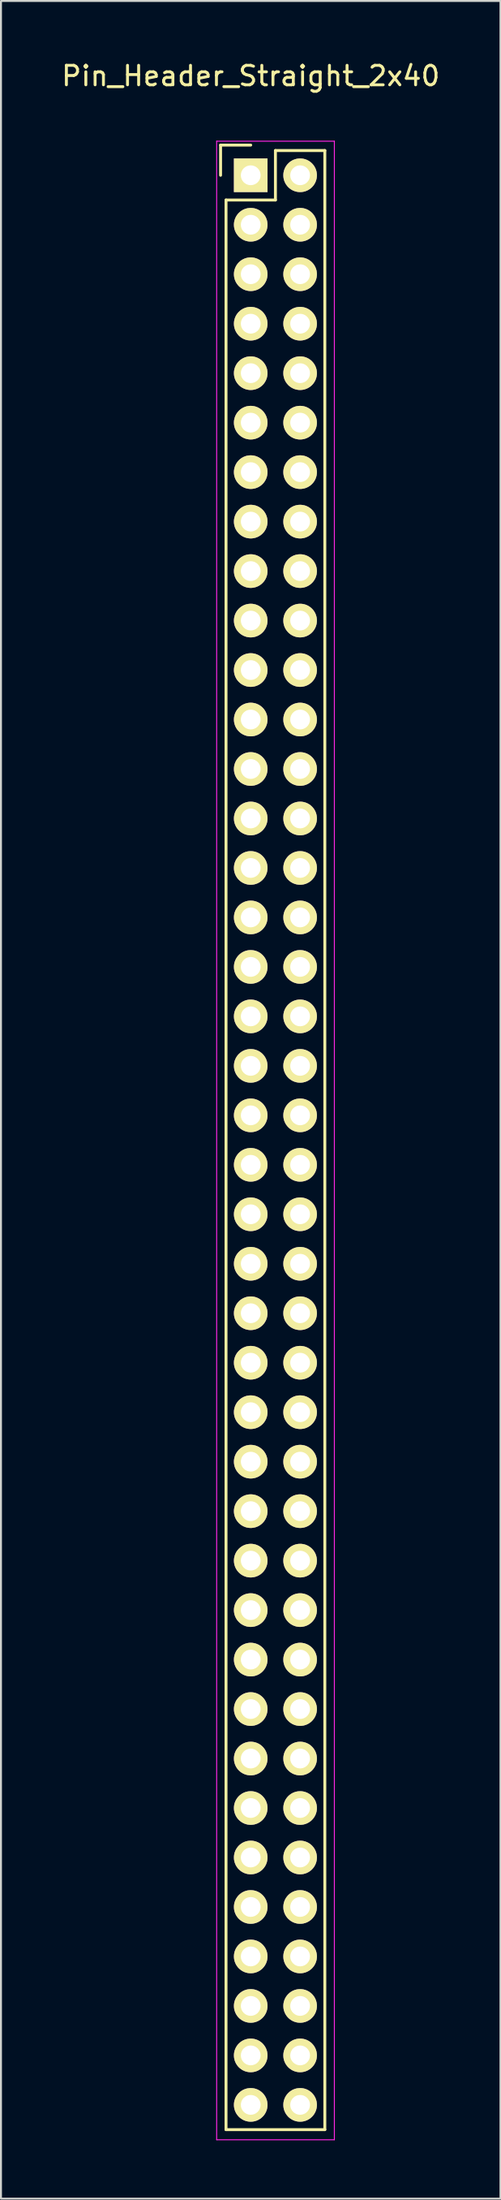
<source format=kicad_pcb>
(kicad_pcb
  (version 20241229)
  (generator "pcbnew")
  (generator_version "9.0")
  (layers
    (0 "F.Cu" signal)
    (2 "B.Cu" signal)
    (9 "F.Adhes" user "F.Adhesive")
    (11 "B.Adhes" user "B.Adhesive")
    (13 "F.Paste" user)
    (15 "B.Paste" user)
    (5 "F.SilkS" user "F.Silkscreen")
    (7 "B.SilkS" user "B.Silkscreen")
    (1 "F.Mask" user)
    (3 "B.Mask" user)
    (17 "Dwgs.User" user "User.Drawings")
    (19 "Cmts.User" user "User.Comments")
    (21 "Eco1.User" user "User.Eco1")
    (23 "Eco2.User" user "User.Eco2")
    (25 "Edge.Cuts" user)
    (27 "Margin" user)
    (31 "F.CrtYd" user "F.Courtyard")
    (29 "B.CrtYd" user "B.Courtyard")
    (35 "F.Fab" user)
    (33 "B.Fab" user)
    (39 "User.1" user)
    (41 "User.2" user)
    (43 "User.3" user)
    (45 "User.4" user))
  (footprint "Pin_Header_Straight_2x40"
    (layer "F.Cu")
    (at 9.839 5.948)
    (property "Reference" "Pin_Header_Straight_2x40" (at 0 -5.1 0) (layer "F.SilkS") (effects (font (size 1 1) (thickness 0.15))))
    (attr through_hole)
    (fp_line (start -1.55 -1.55) (end -1.55 0) (stroke (width 0.15) (type solid)) (layer "F.SilkS"))
    (fp_line (start -1.27 100.33) (end -1.27 1.27) (stroke (width 0.15) (type solid)) (layer "F.SilkS"))
    (fp_line (start 0 -1.55) (end -1.55 -1.55) (stroke (width 0.15) (type solid)) (layer "F.SilkS"))
    (fp_line (start 1.27 -1.27) (end 1.27 1.27) (stroke (width 0.15) (type solid)) (layer "F.SilkS"))
    (fp_line (start 1.27 1.27) (end -1.27 1.27) (stroke (width 0.15) (type solid)) (layer "F.SilkS"))
    (fp_line (start 3.81 -1.27) (end 1.27 -1.27) (stroke (width 0.15) (type solid)) (layer "F.SilkS"))
    (fp_line (start 3.81 -1.27) (end 3.81 100.33) (stroke (width 0.15) (type solid)) (layer "F.SilkS"))
    (fp_line (start 3.81 100.33) (end -1.27 100.33) (stroke (width 0.15) (type solid)) (layer "F.SilkS"))
    (fp_line (start -1.75 -1.75) (end -1.75 100.85) (stroke (width 0.05) (type solid)) (layer "F.CrtYd"))
    (fp_line (start -1.75 -1.75) (end 4.3 -1.75) (stroke (width 0.05) (type solid)) (layer "F.CrtYd"))
    (fp_line (start -1.75 100.85) (end 4.3 100.85) (stroke (width 0.05) (type solid)) (layer "F.CrtYd"))
    (fp_line (start 4.3 -1.75) (end 4.3 100.85) (stroke (width 0.05) (type solid)) (layer "F.CrtYd"))
    (pad "1" thru_hole rect (at 0 0) (size 1.727 1.727) (drill 1.016) (layers "*.Cu" "*.Mask" "F.SilkS"))
    (pad "2" thru_hole oval (at 2.54 0) (size 1.727 1.727) (drill 1.016) (layers "*.Cu" "*.Mask" "F.SilkS"))
    (pad "3" thru_hole oval (at 0 2.54) (size 1.727 1.727) (drill 1.016) (layers "*.Cu" "*.Mask" "F.SilkS"))
    (pad "4" thru_hole oval (at 2.54 2.54) (size 1.727 1.727) (drill 1.016) (layers "*.Cu" "*.Mask" "F.SilkS"))
    (pad "5" thru_hole oval (at 0 5.08) (size 1.727 1.727) (drill 1.016) (layers "*.Cu" "*.Mask" "F.SilkS"))
    (pad "6" thru_hole oval (at 2.54 5.08) (size 1.727 1.727) (drill 1.016) (layers "*.Cu" "*.Mask" "F.SilkS"))
    (pad "7" thru_hole oval (at 0 7.62) (size 1.727 1.727) (drill 1.016) (layers "*.Cu" "*.Mask" "F.SilkS"))
    (pad "8" thru_hole oval (at 2.54 7.62) (size 1.727 1.727) (drill 1.016) (layers "*.Cu" "*.Mask" "F.SilkS"))
    (pad "9" thru_hole oval (at 0 10.16) (size 1.727 1.727) (drill 1.016) (layers "*.Cu" "*.Mask" "F.SilkS"))
    (pad "10" thru_hole oval (at 2.54 10.16) (size 1.727 1.727) (drill 1.016) (layers "*.Cu" "*.Mask" "F.SilkS"))
    (pad "11" thru_hole oval (at 0 12.7) (size 1.727 1.727) (drill 1.016) (layers "*.Cu" "*.Mask" "F.SilkS"))
    (pad "12" thru_hole oval (at 2.54 12.7) (size 1.727 1.727) (drill 1.016) (layers "*.Cu" "*.Mask" "F.SilkS"))
    (pad "13" thru_hole oval (at 0 15.24) (size 1.727 1.727) (drill 1.016) (layers "*.Cu" "*.Mask" "F.SilkS"))
    (pad "14" thru_hole oval (at 2.54 15.24) (size 1.727 1.727) (drill 1.016) (layers "*.Cu" "*.Mask" "F.SilkS"))
    (pad "15" thru_hole oval (at 0 17.78) (size 1.727 1.727) (drill 1.016) (layers "*.Cu" "*.Mask" "F.SilkS"))
    (pad "16" thru_hole oval (at 2.54 17.78) (size 1.727 1.727) (drill 1.016) (layers "*.Cu" "*.Mask" "F.SilkS"))
    (pad "17" thru_hole oval (at 0 20.32) (size 1.727 1.727) (drill 1.016) (layers "*.Cu" "*.Mask" "F.SilkS"))
    (pad "18" thru_hole oval (at 2.54 20.32) (size 1.727 1.727) (drill 1.016) (layers "*.Cu" "*.Mask" "F.SilkS"))
    (pad "19" thru_hole oval (at 0 22.86) (size 1.727 1.727) (drill 1.016) (layers "*.Cu" "*.Mask" "F.SilkS"))
    (pad "20" thru_hole oval (at 2.54 22.86) (size 1.727 1.727) (drill 1.016) (layers "*.Cu" "*.Mask" "F.SilkS"))
    (pad "21" thru_hole oval (at 0 25.4) (size 1.727 1.727) (drill 1.016) (layers "*.Cu" "*.Mask" "F.SilkS"))
    (pad "22" thru_hole oval (at 2.54 25.4) (size 1.727 1.727) (drill 1.016) (layers "*.Cu" "*.Mask" "F.SilkS"))
    (pad "23" thru_hole oval (at 0 27.94) (size 1.727 1.727) (drill 1.016) (layers "*.Cu" "*.Mask" "F.SilkS"))
    (pad "24" thru_hole oval (at 2.54 27.94) (size 1.727 1.727) (drill 1.016) (layers "*.Cu" "*.Mask" "F.SilkS"))
    (pad "25" thru_hole oval (at 0 30.48) (size 1.727 1.727) (drill 1.016) (layers "*.Cu" "*.Mask" "F.SilkS"))
    (pad "26" thru_hole oval (at 2.54 30.48) (size 1.727 1.727) (drill 1.016) (layers "*.Cu" "*.Mask" "F.SilkS"))
    (pad "27" thru_hole oval (at 0 33.02) (size 1.727 1.727) (drill 1.016) (layers "*.Cu" "*.Mask" "F.SilkS"))
    (pad "28" thru_hole oval (at 2.54 33.02) (size 1.727 1.727) (drill 1.016) (layers "*.Cu" "*.Mask" "F.SilkS"))
    (pad "29" thru_hole oval (at 0 35.56) (size 1.727 1.727) (drill 1.016) (layers "*.Cu" "*.Mask" "F.SilkS"))
    (pad "30" thru_hole oval (at 2.54 35.56) (size 1.727 1.727) (drill 1.016) (layers "*.Cu" "*.Mask" "F.SilkS"))
    (pad "31" thru_hole oval (at 0 38.1) (size 1.727 1.727) (drill 1.016) (layers "*.Cu" "*.Mask" "F.SilkS"))
    (pad "32" thru_hole oval (at 2.54 38.1) (size 1.727 1.727) (drill 1.016) (layers "*.Cu" "*.Mask" "F.SilkS"))
    (pad "33" thru_hole oval (at 0 40.64) (size 1.727 1.727) (drill 1.016) (layers "*.Cu" "*.Mask" "F.SilkS"))
    (pad "34" thru_hole oval (at 2.54 40.64) (size 1.727 1.727) (drill 1.016) (layers "*.Cu" "*.Mask" "F.SilkS"))
    (pad "35" thru_hole oval (at 0 43.18) (size 1.727 1.727) (drill 1.016) (layers "*.Cu" "*.Mask" "F.SilkS"))
    (pad "36" thru_hole oval (at 2.54 43.18) (size 1.727 1.727) (drill 1.016) (layers "*.Cu" "*.Mask" "F.SilkS"))
    (pad "37" thru_hole oval (at 0 45.72) (size 1.727 1.727) (drill 1.016) (layers "*.Cu" "*.Mask" "F.SilkS"))
    (pad "38" thru_hole oval (at 2.54 45.72) (size 1.727 1.727) (drill 1.016) (layers "*.Cu" "*.Mask" "F.SilkS"))
    (pad "39" thru_hole oval (at 0 48.26) (size 1.727 1.727) (drill 1.016) (layers "*.Cu" "*.Mask" "F.SilkS"))
    (pad "40" thru_hole oval (at 2.54 48.26) (size 1.727 1.727) (drill 1.016) (layers "*.Cu" "*.Mask" "F.SilkS"))
    (pad "41" thru_hole oval (at 0 50.8) (size 1.727 1.727) (drill 1.016) (layers "*.Cu" "*.Mask" "F.SilkS"))
    (pad "42" thru_hole oval (at 2.54 50.8) (size 1.727 1.727) (drill 1.016) (layers "*.Cu" "*.Mask" "F.SilkS"))
    (pad "43" thru_hole oval (at 0 53.34) (size 1.727 1.727) (drill 1.016) (layers "*.Cu" "*.Mask" "F.SilkS"))
    (pad "44" thru_hole oval (at 2.54 53.34) (size 1.727 1.727) (drill 1.016) (layers "*.Cu" "*.Mask" "F.SilkS"))
    (pad "45" thru_hole oval (at 0 55.88) (size 1.727 1.727) (drill 1.016) (layers "*.Cu" "*.Mask" "F.SilkS"))
    (pad "46" thru_hole oval (at 2.54 55.88) (size 1.727 1.727) (drill 1.016) (layers "*.Cu" "*.Mask" "F.SilkS"))
    (pad "47" thru_hole oval (at 0 58.42) (size 1.727 1.727) (drill 1.016) (layers "*.Cu" "*.Mask" "F.SilkS"))
    (pad "48" thru_hole oval (at 2.54 58.42) (size 1.727 1.727) (drill 1.016) (layers "*.Cu" "*.Mask" "F.SilkS"))
    (pad "49" thru_hole oval (at 0 60.96) (size 1.727 1.727) (drill 1.016) (layers "*.Cu" "*.Mask" "F.SilkS"))
    (pad "50" thru_hole oval (at 2.54 60.96) (size 1.727 1.727) (drill 1.016) (layers "*.Cu" "*.Mask" "F.SilkS"))
    (pad "51" thru_hole oval (at 0 63.5) (size 1.727 1.727) (drill 1.016) (layers "*.Cu" "*.Mask" "F.SilkS"))
    (pad "52" thru_hole oval (at 2.54 63.5) (size 1.727 1.727) (drill 1.016) (layers "*.Cu" "*.Mask" "F.SilkS"))
    (pad "53" thru_hole oval (at 0 66.04) (size 1.727 1.727) (drill 1.016) (layers "*.Cu" "*.Mask" "F.SilkS"))
    (pad "54" thru_hole oval (at 2.54 66.04) (size 1.727 1.727) (drill 1.016) (layers "*.Cu" "*.Mask" "F.SilkS"))
    (pad "55" thru_hole oval (at 0 68.58) (size 1.727 1.727) (drill 1.016) (layers "*.Cu" "*.Mask" "F.SilkS"))
    (pad "56" thru_hole oval (at 2.54 68.58) (size 1.727 1.727) (drill 1.016) (layers "*.Cu" "*.Mask" "F.SilkS"))
    (pad "57" thru_hole oval (at 0 71.12) (size 1.727 1.727) (drill 1.016) (layers "*.Cu" "*.Mask" "F.SilkS"))
    (pad "58" thru_hole oval (at 2.54 71.12) (size 1.727 1.727) (drill 1.016) (layers "*.Cu" "*.Mask" "F.SilkS"))
    (pad "59" thru_hole oval (at 0 73.66) (size 1.727 1.727) (drill 1.016) (layers "*.Cu" "*.Mask" "F.SilkS"))
    (pad "60" thru_hole oval (at 2.54 73.66) (size 1.727 1.727) (drill 1.016) (layers "*.Cu" "*.Mask" "F.SilkS"))
    (pad "61" thru_hole oval (at 0 76.2) (size 1.727 1.727) (drill 1.016) (layers "*.Cu" "*.Mask" "F.SilkS"))
    (pad "62" thru_hole oval (at 2.54 76.2) (size 1.727 1.727) (drill 1.016) (layers "*.Cu" "*.Mask" "F.SilkS"))
    (pad "63" thru_hole oval (at 0 78.74) (size 1.727 1.727) (drill 1.016) (layers "*.Cu" "*.Mask" "F.SilkS"))
    (pad "64" thru_hole oval (at 2.54 78.74) (size 1.727 1.727) (drill 1.016) (layers "*.Cu" "*.Mask" "F.SilkS"))
    (pad "65" thru_hole oval (at 0 81.28) (size 1.727 1.727) (drill 1.016) (layers "*.Cu" "*.Mask" "F.SilkS"))
    (pad "66" thru_hole oval (at 2.54 81.28) (size 1.727 1.727) (drill 1.016) (layers "*.Cu" "*.Mask" "F.SilkS"))
    (pad "67" thru_hole oval (at 0 83.82) (size 1.727 1.727) (drill 1.016) (layers "*.Cu" "*.Mask" "F.SilkS"))
    (pad "68" thru_hole oval (at 2.54 83.82) (size 1.727 1.727) (drill 1.016) (layers "*.Cu" "*.Mask" "F.SilkS"))
    (pad "69" thru_hole oval (at 0 86.36) (size 1.727 1.727) (drill 1.016) (layers "*.Cu" "*.Mask" "F.SilkS"))
    (pad "70" thru_hole oval (at 2.54 86.36) (size 1.727 1.727) (drill 1.016) (layers "*.Cu" "*.Mask" "F.SilkS"))
    (pad "71" thru_hole oval (at 0 88.9) (size 1.727 1.727) (drill 1.016) (layers "*.Cu" "*.Mask" "F.SilkS"))
    (pad "72" thru_hole oval (at 2.54 88.9) (size 1.727 1.727) (drill 1.016) (layers "*.Cu" "*.Mask" "F.SilkS"))
    (pad "73" thru_hole oval (at 0 91.44) (size 1.727 1.727) (drill 1.016) (layers "*.Cu" "*.Mask" "F.SilkS"))
    (pad "74" thru_hole oval (at 2.54 91.44) (size 1.727 1.727) (drill 1.016) (layers "*.Cu" "*.Mask" "F.SilkS"))
    (pad "75" thru_hole oval (at 0 93.98) (size 1.727 1.727) (drill 1.016) (layers "*.Cu" "*.Mask" "F.SilkS"))
    (pad "76" thru_hole oval (at 2.54 93.98) (size 1.727 1.727) (drill 1.016) (layers "*.Cu" "*.Mask" "F.SilkS"))
    (pad "77" thru_hole oval (at 0 96.52) (size 1.727 1.727) (drill 1.016) (layers "*.Cu" "*.Mask" "F.SilkS"))
    (pad "78" thru_hole oval (at 2.54 96.52) (size 1.727 1.727) (drill 1.016) (layers "*.Cu" "*.Mask" "F.SilkS"))
    (pad "79" thru_hole oval (at 0 99.06) (size 1.727 1.727) (drill 1.016) (layers "*.Cu" "*.Mask" "F.SilkS"))
    (pad "80" thru_hole oval (at 2.54 99.06) (size 1.727 1.727) (drill 1.016) (layers "*.Cu" "*.Mask" "F.SilkS")))
  (gr_rect
    (start -3 -3)
    (end 22.679 109.823)
    (stroke (width 0.1) (type default))
    (fill no)
    (layer "Edge.Cuts")))
</source>
